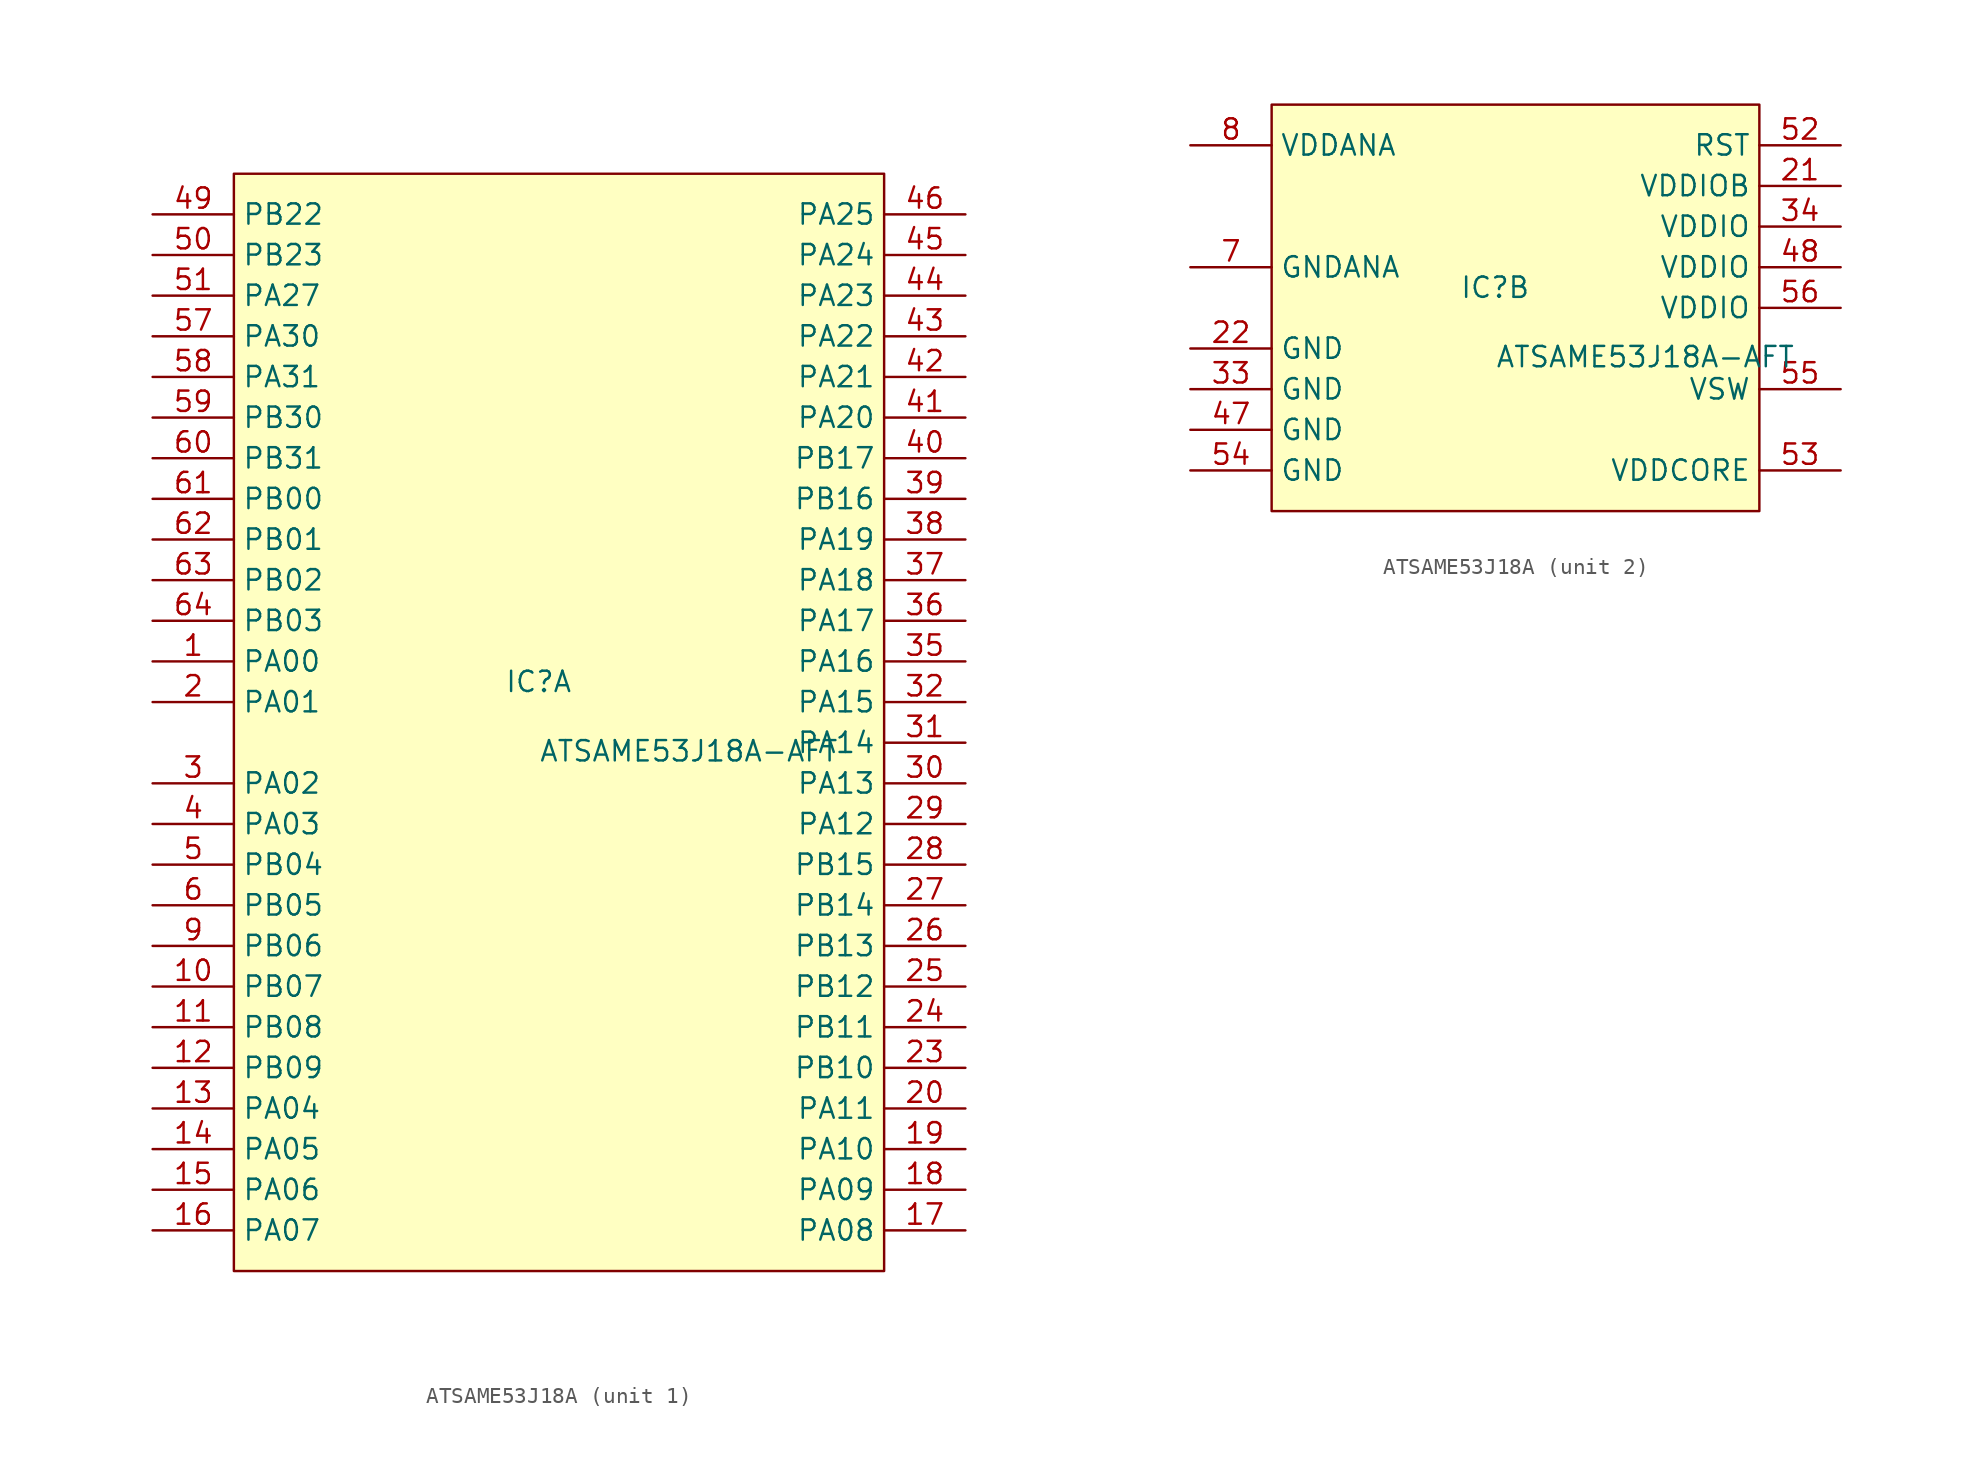
<source format=kicad_sym>
(kicad_symbol_lib
  (version 20231120)
  (generator "kicad_symbol_editor")
  (generator_version "8.0")
  (symbol "ATSAME53J18A"
    (property "Reference" "IC"
      (at -1.27 1.27 0)
      (effects (font (size 1.27 1.27))))
    (property "Value" "ATSAME53J18A-AFT"
      (at -1.27 -3.81 0)
      (effects (font (size 1.27 1.27)) (justify left bottom)))
    (symbol "ATSAME53J18A_1_0"
      (rectangle (start -20.32 33.02) (end 20.32 -35.56) (stroke (width 0) (type solid) (color 128 0 0 1)) (fill (type background)))
      (pin bidirectional line (at -25.4 2.54 0) (length 5.08) (name "PA00" (effects (font (size 1.27 1.27)))) (number "1" (effects (font (size 1.27 1.27)))))
      (pin bidirectional line (at -25.4 -17.78 0) (length 5.08) (name "PB07" (effects (font (size 1.27 1.27)))) (number "10" (effects (font (size 1.27 1.27)))))
      (pin bidirectional line (at -25.4 -20.32 0) (length 5.08) (name "PB08" (effects (font (size 1.27 1.27)))) (number "11" (effects (font (size 1.27 1.27)))))
      (pin bidirectional line (at -25.4 -22.86 0) (length 5.08) (name "PB09" (effects (font (size 1.27 1.27)))) (number "12" (effects (font (size 1.27 1.27)))))
      (pin bidirectional line (at -25.4 -25.4 0) (length 5.08) (name "PA04" (effects (font (size 1.27 1.27)))) (number "13" (effects (font (size 1.27 1.27)))))
      (pin bidirectional line (at -25.4 -27.94 0) (length 5.08) (name "PA05" (effects (font (size 1.27 1.27)))) (number "14" (effects (font (size 1.27 1.27)))))
      (pin bidirectional line (at -25.4 -30.48 0) (length 5.08) (name "PA06" (effects (font (size 1.27 1.27)))) (number "15" (effects (font (size 1.27 1.27)))))
      (pin bidirectional line (at -25.4 -33.02 0) (length 5.08) (name "PA07" (effects (font (size 1.27 1.27)))) (number "16" (effects (font (size 1.27 1.27)))))
      (pin bidirectional line (at 25.4 -33.02 180) (length 5.08) (name "PA08" (effects (font (size 1.27 1.27)))) (number "17" (effects (font (size 1.27 1.27)))))
      (pin bidirectional line (at 25.4 -30.48 180) (length 5.08) (name "PA09" (effects (font (size 1.27 1.27)))) (number "18" (effects (font (size 1.27 1.27)))))
      (pin bidirectional line (at 25.4 -27.94 180) (length 5.08) (name "PA10" (effects (font (size 1.27 1.27)))) (number "19" (effects (font (size 1.27 1.27)))))
      (pin bidirectional line (at -25.4 0 0) (length 5.08) (name "PA01" (effects (font (size 1.27 1.27)))) (number "2" (effects (font (size 1.27 1.27)))))
      (pin bidirectional line (at 25.4 -25.4 180) (length 5.08) (name "PA11" (effects (font (size 1.27 1.27)))) (number "20" (effects (font (size 1.27 1.27)))))
      (pin bidirectional line (at 25.4 -22.86 180) (length 5.08) (name "PB10" (effects (font (size 1.27 1.27)))) (number "23" (effects (font (size 1.27 1.27)))))
      (pin bidirectional line (at 25.4 -20.32 180) (length 5.08) (name "PB11" (effects (font (size 1.27 1.27)))) (number "24" (effects (font (size 1.27 1.27)))))
      (pin bidirectional line (at 25.4 -17.78 180) (length 5.08) (name "PB12" (effects (font (size 1.27 1.27)))) (number "25" (effects (font (size 1.27 1.27)))))
      (pin bidirectional line (at 25.4 -15.24 180) (length 5.08) (name "PB13" (effects (font (size 1.27 1.27)))) (number "26" (effects (font (size 1.27 1.27)))))
      (pin bidirectional line (at 25.4 -12.7 180) (length 5.08) (name "PB14" (effects (font (size 1.27 1.27)))) (number "27" (effects (font (size 1.27 1.27)))))
      (pin bidirectional line (at 25.4 -10.16 180) (length 5.08) (name "PB15" (effects (font (size 1.27 1.27)))) (number "28" (effects (font (size 1.27 1.27)))))
      (pin bidirectional line (at 25.4 -7.62 180) (length 5.08) (name "PA12" (effects (font (size 1.27 1.27)))) (number "29" (effects (font (size 1.27 1.27)))))
      (pin bidirectional line (at -25.4 -5.08 0) (length 5.08) (name "PA02" (effects (font (size 1.27 1.27)))) (number "3" (effects (font (size 1.27 1.27)))))
      (pin bidirectional line (at 25.4 -5.08 180) (length 5.08) (name "PA13" (effects (font (size 1.27 1.27)))) (number "30" (effects (font (size 1.27 1.27)))))
      (pin bidirectional line (at 25.4 -2.54 180) (length 5.08) (name "PA14" (effects (font (size 1.27 1.27)))) (number "31" (effects (font (size 1.27 1.27)))))
      (pin bidirectional line (at 25.4 0 180) (length 5.08) (name "PA15" (effects (font (size 1.27 1.27)))) (number "32" (effects (font (size 1.27 1.27)))))
      (pin bidirectional line (at 25.4 2.54 180) (length 5.08) (name "PA16" (effects (font (size 1.27 1.27)))) (number "35" (effects (font (size 1.27 1.27)))))
      (pin bidirectional line (at 25.4 5.08 180) (length 5.08) (name "PA17" (effects (font (size 1.27 1.27)))) (number "36" (effects (font (size 1.27 1.27)))))
      (pin bidirectional line (at 25.4 7.62 180) (length 5.08) (name "PA18" (effects (font (size 1.27 1.27)))) (number "37" (effects (font (size 1.27 1.27)))))
      (pin bidirectional line (at 25.4 10.16 180) (length 5.08) (name "PA19" (effects (font (size 1.27 1.27)))) (number "38" (effects (font (size 1.27 1.27)))))
      (pin bidirectional line (at 25.4 12.7 180) (length 5.08) (name "PB16" (effects (font (size 1.27 1.27)))) (number "39" (effects (font (size 1.27 1.27)))))
      (pin bidirectional line (at -25.4 -7.62 0) (length 5.08) (name "PA03" (effects (font (size 1.27 1.27)))) (number "4" (effects (font (size 1.27 1.27)))))
      (pin bidirectional line (at 25.4 15.24 180) (length 5.08) (name "PB17" (effects (font (size 1.27 1.27)))) (number "40" (effects (font (size 1.27 1.27)))))
      (pin bidirectional line (at 25.4 17.78 180) (length 5.08) (name "PA20" (effects (font (size 1.27 1.27)))) (number "41" (effects (font (size 1.27 1.27)))))
      (pin bidirectional line (at 25.4 20.32 180) (length 5.08) (name "PA21" (effects (font (size 1.27 1.27)))) (number "42" (effects (font (size 1.27 1.27)))))
      (pin bidirectional line (at 25.4 22.86 180) (length 5.08) (name "PA22" (effects (font (size 1.27 1.27)))) (number "43" (effects (font (size 1.27 1.27)))))
      (pin bidirectional line (at 25.4 25.4 180) (length 5.08) (name "PA23" (effects (font (size 1.27 1.27)))) (number "44" (effects (font (size 1.27 1.27)))))
      (pin bidirectional line (at 25.4 27.94 180) (length 5.08) (name "PA24" (effects (font (size 1.27 1.27)))) (number "45" (effects (font (size 1.27 1.27)))))
      (pin bidirectional line (at 25.4 30.48 180) (length 5.08) (name "PA25" (effects (font (size 1.27 1.27)))) (number "46" (effects (font (size 1.27 1.27)))))
      (pin bidirectional line (at -25.4 30.48 0) (length 5.08) (name "PB22" (effects (font (size 1.27 1.27)))) (number "49" (effects (font (size 1.27 1.27)))))
      (pin bidirectional line (at -25.4 -10.16 0) (length 5.08) (name "PB04" (effects (font (size 1.27 1.27)))) (number "5" (effects (font (size 1.27 1.27)))))
      (pin bidirectional line (at -25.4 27.94 0) (length 5.08) (name "PB23" (effects (font (size 1.27 1.27)))) (number "50" (effects (font (size 1.27 1.27)))))
      (pin bidirectional line (at -25.4 25.4 0) (length 5.08) (name "PA27" (effects (font (size 1.27 1.27)))) (number "51" (effects (font (size 1.27 1.27)))))
      (pin bidirectional line (at -25.4 22.86 0) (length 5.08) (name "PA30" (effects (font (size 1.27 1.27)))) (number "57" (effects (font (size 1.27 1.27)))))
      (pin bidirectional line (at -25.4 20.32 0) (length 5.08) (name "PA31" (effects (font (size 1.27 1.27)))) (number "58" (effects (font (size 1.27 1.27)))))
      (pin bidirectional line (at -25.4 17.78 0) (length 5.08) (name "PB30" (effects (font (size 1.27 1.27)))) (number "59" (effects (font (size 1.27 1.27)))))
      (pin bidirectional line (at -25.4 -12.7 0) (length 5.08) (name "PB05" (effects (font (size 1.27 1.27)))) (number "6" (effects (font (size 1.27 1.27)))))
      (pin bidirectional line (at -25.4 15.24 0) (length 5.08) (name "PB31" (effects (font (size 1.27 1.27)))) (number "60" (effects (font (size 1.27 1.27)))))
      (pin bidirectional line (at -25.4 12.7 0) (length 5.08) (name "PB00" (effects (font (size 1.27 1.27)))) (number "61" (effects (font (size 1.27 1.27)))))
      (pin bidirectional line (at -25.4 10.16 0) (length 5.08) (name "PB01" (effects (font (size 1.27 1.27)))) (number "62" (effects (font (size 1.27 1.27)))))
      (pin bidirectional line (at -25.4 7.62 0) (length 5.08) (name "PB02" (effects (font (size 1.27 1.27)))) (number "63" (effects (font (size 1.27 1.27)))))
      (pin bidirectional line (at -25.4 5.08 0) (length 5.08) (name "PB03" (effects (font (size 1.27 1.27)))) (number "64" (effects (font (size 1.27 1.27)))))
      (pin bidirectional line (at -25.4 -15.24 0) (length 5.08) (name "PB06" (effects (font (size 1.27 1.27)))) (number "9" (effects (font (size 1.27 1.27))))))
    (symbol "ATSAME53J18A_2_0"
      (rectangle (start -15.24 12.7) (end 15.24 -12.7) (stroke (width 0) (type solid) (color 128 0 0 1)) (fill (type background)))
      (pin power_in line (at 20.32 7.62 180) (length 5.08) (name "VDDIOB" (effects (font (size 1.27 1.27)))) (number "21" (effects (font (size 1.27 1.27)))))
      (pin power_in line (at -20.32 -2.54 0) (length 5.08) (name "GND" (effects (font (size 1.27 1.27)))) (number "22" (effects (font (size 1.27 1.27)))))
      (pin power_in line (at -20.32 -5.08 0) (length 5.08) (name "GND" (effects (font (size 1.27 1.27)))) (number "33" (effects (font (size 1.27 1.27)))))
      (pin power_in line (at 20.32 5.08 180) (length 5.08) (name "VDDIO" (effects (font (size 1.27 1.27)))) (number "34" (effects (font (size 1.27 1.27)))))
      (pin power_in line (at -20.32 -7.62 0) (length 5.08) (name "GND" (effects (font (size 1.27 1.27)))) (number "47" (effects (font (size 1.27 1.27)))))
      (pin power_in line (at 20.32 2.54 180) (length 5.08) (name "VDDIO" (effects (font (size 1.27 1.27)))) (number "48" (effects (font (size 1.27 1.27)))))
      (pin input line (at 20.32 10.16 180) (length 5.08) (name "RST" (effects (font (size 1.27 1.27)))) (number "52" (effects (font (size 1.27 1.27)))))
      (pin power_in line (at 20.32 -10.16 180) (length 5.08) (name "VDDCORE" (effects (font (size 1.27 1.27)))) (number "53" (effects (font (size 1.27 1.27)))))
      (pin power_in line (at -20.32 -10.16 0) (length 5.08) (name "GND" (effects (font (size 1.27 1.27)))) (number "54" (effects (font (size 1.27 1.27)))))
      (pin power_in line (at 20.32 -5.08 180) (length 5.08) (name "VSW" (effects (font (size 1.27 1.27)))) (number "55" (effects (font (size 1.27 1.27)))))
      (pin power_in line (at 20.32 0 180) (length 5.08) (name "VDDIO" (effects (font (size 1.27 1.27)))) (number "56" (effects (font (size 1.27 1.27)))))
      (pin power_in line (at -20.32 2.54 0) (length 5.08) (name "GNDANA" (effects (font (size 1.27 1.27)))) (number "7" (effects (font (size 1.27 1.27)))))
      (pin power_in line (at -20.32 10.16 0) (length 5.08) (name "VDDANA" (effects (font (size 1.27 1.27)))) (number "8" (effects (font (size 1.27 1.27))))))))
</source>
